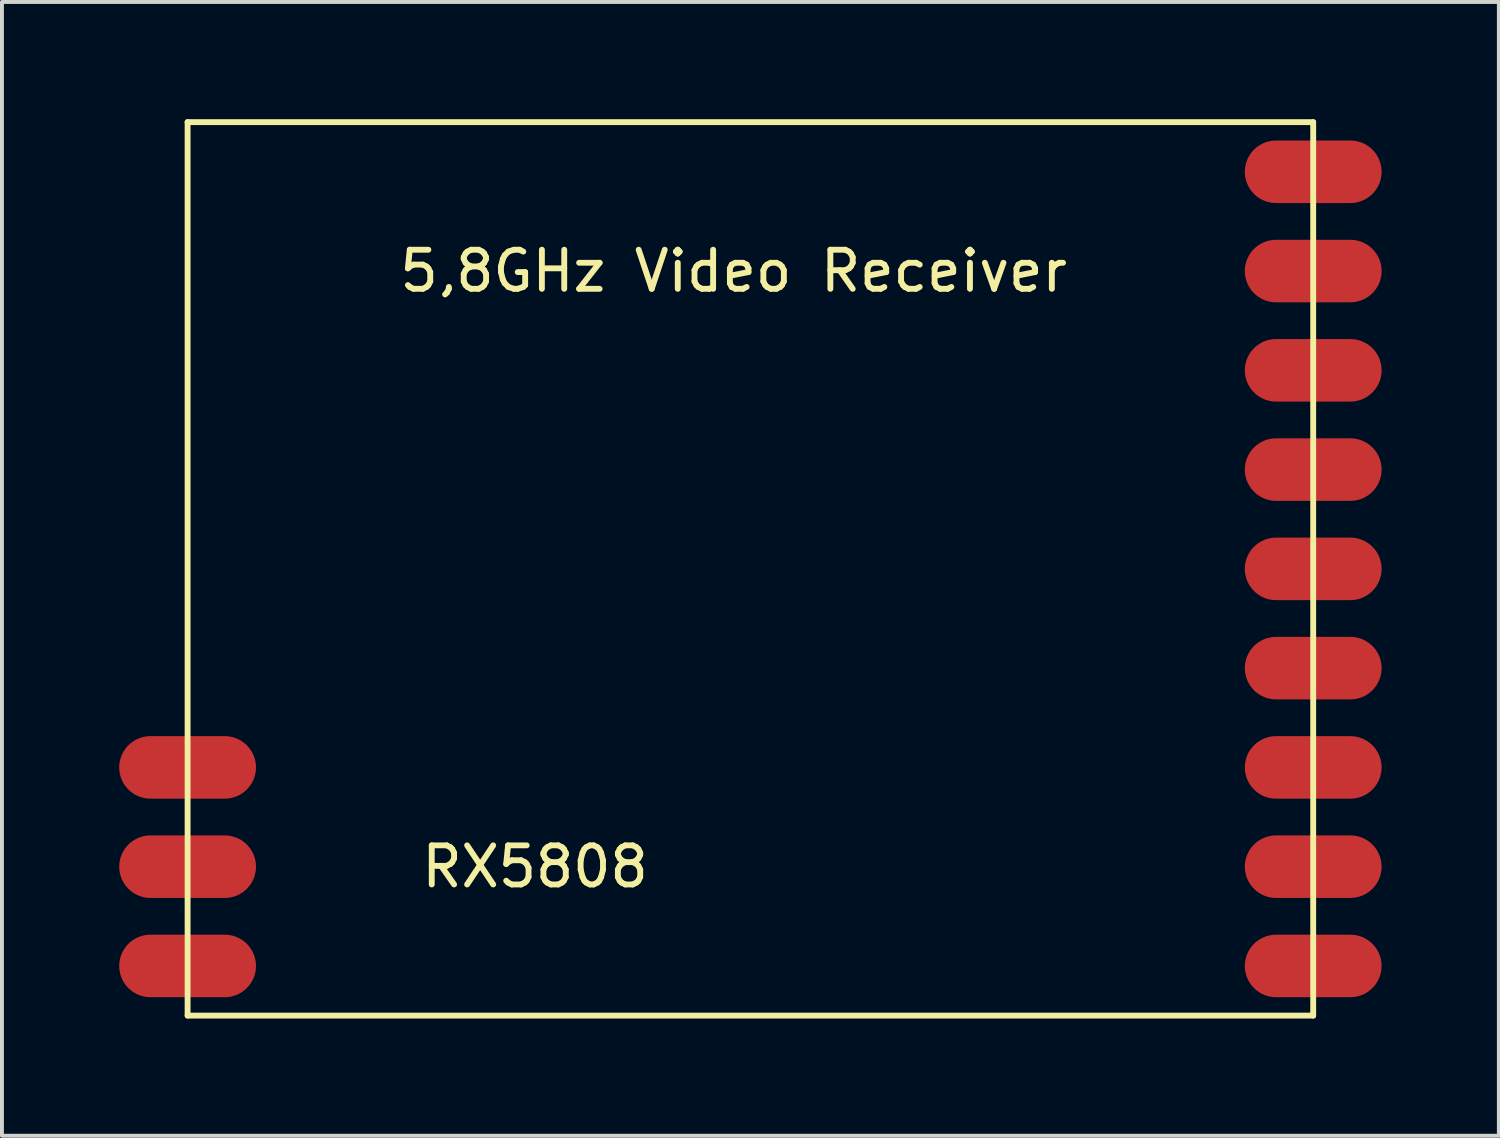
<source format=kicad_pcb>
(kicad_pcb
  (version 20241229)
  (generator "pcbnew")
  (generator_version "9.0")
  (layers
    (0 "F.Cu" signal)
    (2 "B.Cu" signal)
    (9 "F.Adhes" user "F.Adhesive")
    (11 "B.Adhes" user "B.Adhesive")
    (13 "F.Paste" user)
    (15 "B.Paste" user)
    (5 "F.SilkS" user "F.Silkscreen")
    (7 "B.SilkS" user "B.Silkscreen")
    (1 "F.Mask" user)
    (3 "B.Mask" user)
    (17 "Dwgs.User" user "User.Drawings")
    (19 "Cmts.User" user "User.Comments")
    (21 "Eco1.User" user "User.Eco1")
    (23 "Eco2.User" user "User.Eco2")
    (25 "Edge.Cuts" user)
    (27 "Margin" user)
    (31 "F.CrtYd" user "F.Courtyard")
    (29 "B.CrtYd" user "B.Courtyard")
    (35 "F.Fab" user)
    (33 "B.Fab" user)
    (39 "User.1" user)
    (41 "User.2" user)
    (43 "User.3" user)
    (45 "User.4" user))
  (footprint "RX5808"
    (layer "F.Cu")
    (at 16.99 11.505)
    (property "Reference" "RX5808" (at -6.35 7.62 0) (layer "F.SilkS") (effects (font (size 1 1) (thickness 0.15))))
    (attr through_hole)
    (fp_line (start -15.24 -11.43) (end -15.24 11.43) (stroke (width 0.15) (type solid)) (layer "F.SilkS"))
    (fp_line (start -15.24 11.43) (end 13.56 11.43) (stroke (width 0.15) (type solid)) (layer "F.SilkS"))
    (fp_line (start 13.56 -11.43) (end -15.24 -11.43) (stroke (width 0.15) (type solid)) (layer "F.SilkS"))
    (fp_line (start 13.56 11.43) (end 13.56 -11.43) (stroke (width 0.15) (type solid)) (layer "F.SilkS"))
    (fp_text user "5,8GHz Video Receiver" (at -1.27 -7.62 0) (layer "F.SilkS") (effects (font (size 1 1) (thickness 0.15))))
    (pad "1" smd oval (at -15.24 5.08) (size 3.5 1.6) (layers "F.Cu" "F.Mask" "F.Paste"))
    (pad "2" smd oval (at -15.24 7.62) (size 3.5 1.6) (layers "F.Cu" "F.Mask" "F.Paste"))
    (pad "3" smd oval (at -15.24 10.16) (size 3.5 1.6) (layers "F.Cu" "F.Mask" "F.Paste"))
    (pad "4" smd oval (at 13.56 10.16) (size 3.5 1.6) (layers "F.Cu" "F.Mask" "F.Paste"))
    (pad "5" smd oval (at 13.56 7.62) (size 3.5 1.6) (layers "F.Cu" "F.Mask" "F.Paste"))
    (pad "6" smd oval (at 13.56 5.08) (size 3.5 1.6) (layers "F.Cu" "F.Mask" "F.Paste"))
    (pad "7" smd oval (at 13.56 2.54) (size 3.5 1.6) (layers "F.Cu" "F.Mask" "F.Paste"))
    (pad "8" smd oval (at 13.56 0) (size 3.5 1.6) (layers "F.Cu" "F.Mask" "F.Paste"))
    (pad "9" smd oval (at 13.56 -2.54) (size 3.5 1.6) (layers "F.Cu" "F.Mask" "F.Paste"))
    (pad "10" smd oval (at 13.56 -5.08) (size 3.5 1.6) (layers "F.Cu" "F.Mask" "F.Paste"))
    (pad "11" smd oval (at 13.56 -7.62) (size 3.5 1.6) (layers "F.Cu" "F.Mask" "F.Paste"))
    (pad "12" smd oval (at 13.56 -10.16) (size 3.5 1.6) (layers "F.Cu" "F.Mask" "F.Paste")))
  (gr_rect
    (start -3 -3)
    (end 35.3 26.01)
    (stroke (width 0.1) (type default))
    (fill no)
    (layer "Edge.Cuts")))
</source>
